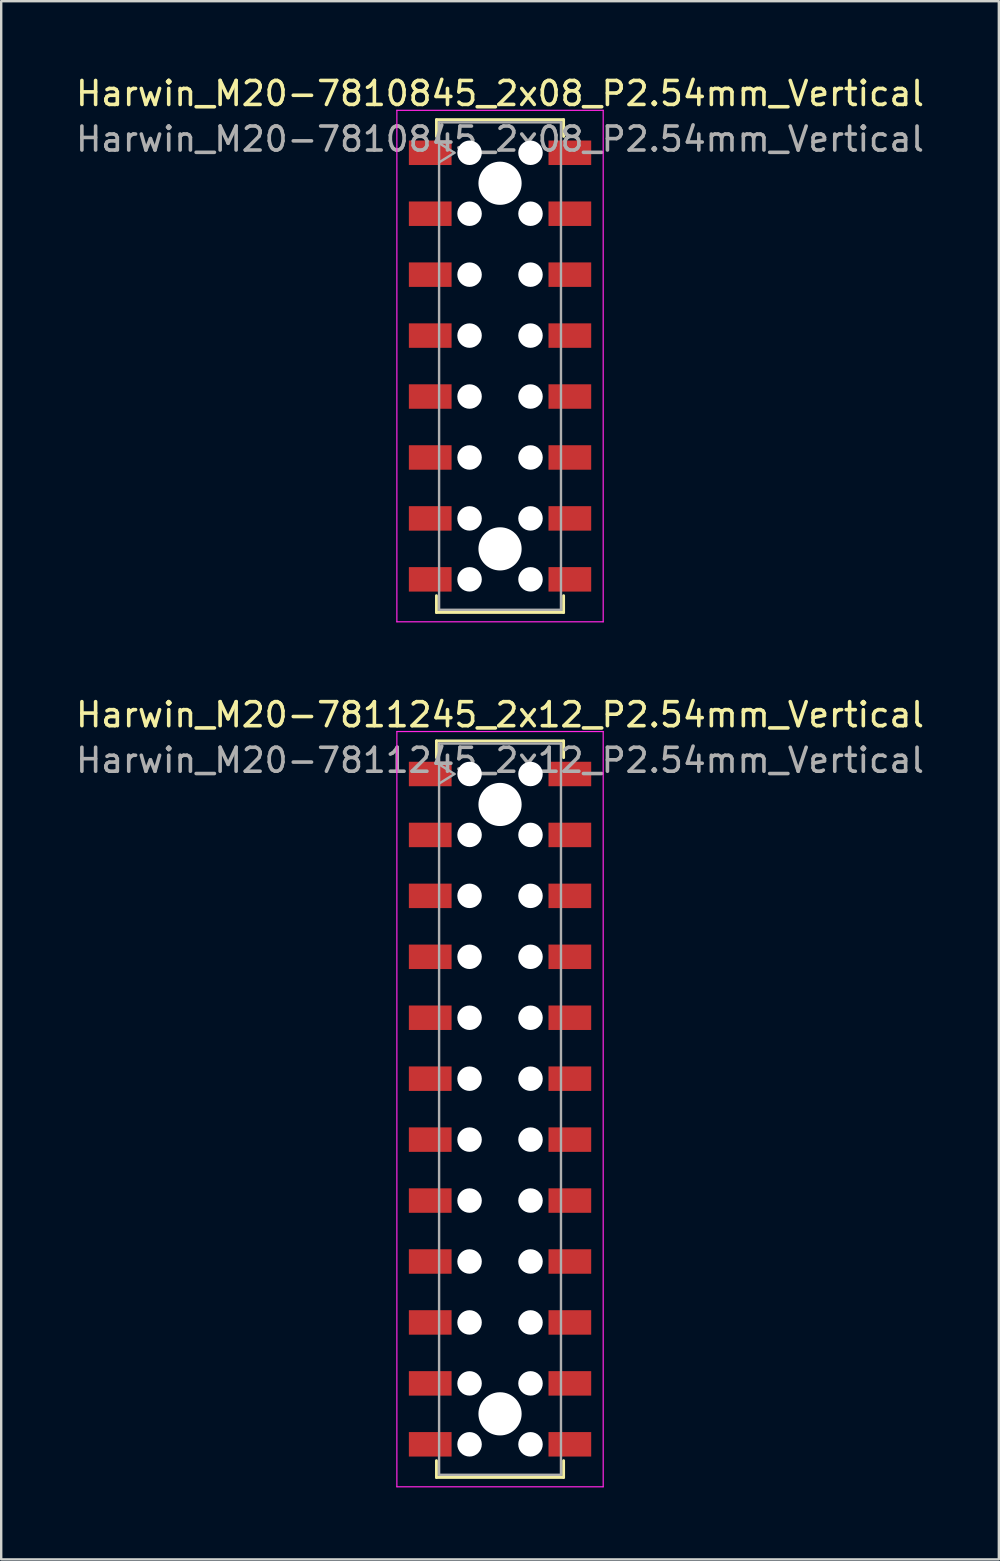
<source format=kicad_pcb>
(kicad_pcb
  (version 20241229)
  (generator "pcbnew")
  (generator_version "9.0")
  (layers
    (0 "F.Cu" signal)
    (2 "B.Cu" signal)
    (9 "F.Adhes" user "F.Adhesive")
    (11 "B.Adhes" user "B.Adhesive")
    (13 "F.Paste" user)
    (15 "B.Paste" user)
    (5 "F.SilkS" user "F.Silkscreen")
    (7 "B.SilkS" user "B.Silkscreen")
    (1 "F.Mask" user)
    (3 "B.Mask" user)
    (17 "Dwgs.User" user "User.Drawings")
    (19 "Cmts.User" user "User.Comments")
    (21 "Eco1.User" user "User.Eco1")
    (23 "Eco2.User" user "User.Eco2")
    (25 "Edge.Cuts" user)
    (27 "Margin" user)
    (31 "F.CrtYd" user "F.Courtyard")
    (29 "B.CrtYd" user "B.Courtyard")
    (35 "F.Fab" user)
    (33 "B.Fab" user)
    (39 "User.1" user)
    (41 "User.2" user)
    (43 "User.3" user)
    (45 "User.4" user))
  (footprint "Harwin_M20-7811245_2x12_P2.54mm_Vertical"
    (layer "F.Cu")
    (at 17.792 43.181)
    (property "Reference" "Harwin_M20-7811245_2x12_P2.54mm_Vertical" (at 0 -16.44 0) (layer "F.SilkS") (effects (font (size 1 1) (thickness 0.15))))
    (attr smd)
    (fp_line (start -2.65 -15.35) (end 2.65 -15.35) (stroke (width 0.12) (type solid)) (layer "F.SilkS"))
    (fp_line (start -2.65 -14.65) (end -2.65 -15.35) (stroke (width 0.12) (type solid)) (layer "F.SilkS"))
    (fp_line (start -2.65 14.65) (end -2.65 15.35) (stroke (width 0.12) (type solid)) (layer "F.SilkS"))
    (fp_line (start -2.65 15.35) (end 2.65 15.35) (stroke (width 0.12) (type solid)) (layer "F.SilkS"))
    (fp_line (start 2.65 -15.35) (end 2.65 -14.65) (stroke (width 0.12) (type solid)) (layer "F.SilkS"))
    (fp_line (start 2.65 15.35) (end 2.65 14.65) (stroke (width 0.12) (type solid)) (layer "F.SilkS"))
    (fp_line (start -4.3 -15.74) (end 4.3 -15.74) (stroke (width 0.05) (type solid)) (layer "F.CrtYd"))
    (fp_line (start -4.3 15.74) (end -4.3 -15.74) (stroke (width 0.05) (type solid)) (layer "F.CrtYd"))
    (fp_line (start 4.3 -15.74) (end 4.3 15.74) (stroke (width 0.05) (type solid)) (layer "F.CrtYd"))
    (fp_line (start 4.3 15.74) (end -4.3 15.74) (stroke (width 0.05) (type solid)) (layer "F.CrtYd"))
    (fp_line (start -2.54 -15.24) (end 2.54 -15.24) (stroke (width 0.1) (type solid)) (layer "F.Fab"))
    (fp_line (start -2.54 -14.37) (end -1.9 -13.97) (stroke (width 0.1) (type solid)) (layer "F.Fab"))
    (fp_line (start -2.54 15.24) (end -2.54 -15.24) (stroke (width 0.1) (type solid)) (layer "F.Fab"))
    (fp_line (start -1.9 -13.97) (end -2.54 -13.57) (stroke (width 0.1) (type solid)) (layer "F.Fab"))
    (fp_line (start 2.54 -15.24) (end 2.54 15.24) (stroke (width 0.1) (type solid)) (layer "F.Fab"))
    (fp_line (start 2.54 15.24) (end -2.54 15.24) (stroke (width 0.1) (type solid)) (layer "F.Fab"))
    (fp_text user "${REFERENCE}" (at 0 -14.54 0) (layer "F.Fab") (effects (font (size 1 1) (thickness 0.15))))
    (pad "" np_thru_hole circle (at -1.27 -13.97) (size 1.02 1.02) (drill 1.02) (layers "*.Cu" "*.Mask"))
    (pad "" np_thru_hole circle (at -1.27 -11.43) (size 1.02 1.02) (drill 1.02) (layers "*.Cu" "*.Mask"))
    (pad "" np_thru_hole circle (at -1.27 -8.89) (size 1.02 1.02) (drill 1.02) (layers "*.Cu" "*.Mask"))
    (pad "" np_thru_hole circle (at -1.27 -6.35) (size 1.02 1.02) (drill 1.02) (layers "*.Cu" "*.Mask"))
    (pad "" np_thru_hole circle (at -1.27 -3.81) (size 1.02 1.02) (drill 1.02) (layers "*.Cu" "*.Mask"))
    (pad "" np_thru_hole circle (at -1.27 -1.27) (size 1.02 1.02) (drill 1.02) (layers "*.Cu" "*.Mask"))
    (pad "" np_thru_hole circle (at -1.27 1.27) (size 1.02 1.02) (drill 1.02) (layers "*.Cu" "*.Mask"))
    (pad "" np_thru_hole circle (at -1.27 3.81) (size 1.02 1.02) (drill 1.02) (layers "*.Cu" "*.Mask"))
    (pad "" np_thru_hole circle (at -1.27 6.35) (size 1.02 1.02) (drill 1.02) (layers "*.Cu" "*.Mask"))
    (pad "" np_thru_hole circle (at -1.27 8.89) (size 1.02 1.02) (drill 1.02) (layers "*.Cu" "*.Mask"))
    (pad "" np_thru_hole circle (at -1.27 11.43) (size 1.02 1.02) (drill 1.02) (layers "*.Cu" "*.Mask"))
    (pad "" np_thru_hole circle (at -1.27 13.97) (size 1.02 1.02) (drill 1.02) (layers "*.Cu" "*.Mask"))
    (pad "" np_thru_hole circle (at 0 -12.7) (size 1.8 1.8) (drill 1.8) (layers "*.Cu" "*.Mask"))
    (pad "" np_thru_hole circle (at 0 12.7) (size 1.8 1.8) (drill 1.8) (layers "*.Cu" "*.Mask"))
    (pad "" np_thru_hole circle (at 1.27 -13.97) (size 1.02 1.02) (drill 1.02) (layers "*.Cu" "*.Mask"))
    (pad "" np_thru_hole circle (at 1.27 -11.43) (size 1.02 1.02) (drill 1.02) (layers "*.Cu" "*.Mask"))
    (pad "" np_thru_hole circle (at 1.27 -8.89) (size 1.02 1.02) (drill 1.02) (layers "*.Cu" "*.Mask"))
    (pad "" np_thru_hole circle (at 1.27 -6.35) (size 1.02 1.02) (drill 1.02) (layers "*.Cu" "*.Mask"))
    (pad "" np_thru_hole circle (at 1.27 -3.81) (size 1.02 1.02) (drill 1.02) (layers "*.Cu" "*.Mask"))
    (pad "" np_thru_hole circle (at 1.27 -1.27) (size 1.02 1.02) (drill 1.02) (layers "*.Cu" "*.Mask"))
    (pad "" np_thru_hole circle (at 1.27 1.27) (size 1.02 1.02) (drill 1.02) (layers "*.Cu" "*.Mask"))
    (pad "" np_thru_hole circle (at 1.27 3.81) (size 1.02 1.02) (drill 1.02) (layers "*.Cu" "*.Mask"))
    (pad "" np_thru_hole circle (at 1.27 6.35) (size 1.02 1.02) (drill 1.02) (layers "*.Cu" "*.Mask"))
    (pad "" np_thru_hole circle (at 1.27 8.89) (size 1.02 1.02) (drill 1.02) (layers "*.Cu" "*.Mask"))
    (pad "" np_thru_hole circle (at 1.27 11.43) (size 1.02 1.02) (drill 1.02) (layers "*.Cu" "*.Mask"))
    (pad "" np_thru_hole circle (at 1.27 13.97) (size 1.02 1.02) (drill 1.02) (layers "*.Cu" "*.Mask"))
    (pad "1" smd rect (at -2.91 -13.97) (size 1.78 1.02) (layers "F.Cu" "F.Mask" "F.Paste"))
    (pad "2" smd rect (at -2.91 -11.43) (size 1.78 1.02) (layers "F.Cu" "F.Mask" "F.Paste"))
    (pad "3" smd rect (at -2.91 -8.89) (size 1.78 1.02) (layers "F.Cu" "F.Mask" "F.Paste"))
    (pad "4" smd rect (at -2.91 -6.35) (size 1.78 1.02) (layers "F.Cu" "F.Mask" "F.Paste"))
    (pad "5" smd rect (at -2.91 -3.81) (size 1.78 1.02) (layers "F.Cu" "F.Mask" "F.Paste"))
    (pad "6" smd rect (at -2.91 -1.27) (size 1.78 1.02) (layers "F.Cu" "F.Mask" "F.Paste"))
    (pad "7" smd rect (at -2.91 1.27) (size 1.78 1.02) (layers "F.Cu" "F.Mask" "F.Paste"))
    (pad "8" smd rect (at -2.91 3.81) (size 1.78 1.02) (layers "F.Cu" "F.Mask" "F.Paste"))
    (pad "9" smd rect (at -2.91 6.35) (size 1.78 1.02) (layers "F.Cu" "F.Mask" "F.Paste"))
    (pad "10" smd rect (at -2.91 8.89) (size 1.78 1.02) (layers "F.Cu" "F.Mask" "F.Paste"))
    (pad "11" smd rect (at -2.91 11.43) (size 1.78 1.02) (layers "F.Cu" "F.Mask" "F.Paste"))
    (pad "12" smd rect (at -2.91 13.97) (size 1.78 1.02) (layers "F.Cu" "F.Mask" "F.Paste"))
    (pad "13" smd rect (at 2.91 -13.97) (size 1.78 1.02) (layers "F.Cu" "F.Mask" "F.Paste"))
    (pad "14" smd rect (at 2.91 -11.43) (size 1.78 1.02) (layers "F.Cu" "F.Mask" "F.Paste"))
    (pad "15" smd rect (at 2.91 -8.89) (size 1.78 1.02) (layers "F.Cu" "F.Mask" "F.Paste"))
    (pad "16" smd rect (at 2.91 -6.35) (size 1.78 1.02) (layers "F.Cu" "F.Mask" "F.Paste"))
    (pad "17" smd rect (at 2.91 -3.81) (size 1.78 1.02) (layers "F.Cu" "F.Mask" "F.Paste"))
    (pad "18" smd rect (at 2.91 -1.27) (size 1.78 1.02) (layers "F.Cu" "F.Mask" "F.Paste"))
    (pad "19" smd rect (at 2.91 1.27) (size 1.78 1.02) (layers "F.Cu" "F.Mask" "F.Paste"))
    (pad "20" smd rect (at 2.91 3.81) (size 1.78 1.02) (layers "F.Cu" "F.Mask" "F.Paste"))
    (pad "21" smd rect (at 2.91 6.35) (size 1.78 1.02) (layers "F.Cu" "F.Mask" "F.Paste"))
    (pad "22" smd rect (at 2.91 8.89) (size 1.78 1.02) (layers "F.Cu" "F.Mask" "F.Paste"))
    (pad "23" smd rect (at 2.91 11.43) (size 1.78 1.02) (layers "F.Cu" "F.Mask" "F.Paste"))
    (pad "24" smd rect (at 2.91 13.97) (size 1.78 1.02) (layers "F.Cu" "F.Mask" "F.Paste")))
  (footprint "Harwin_M20-7810845_2x08_P2.54mm_Vertical"
    (layer "F.Cu")
    (at 17.792 12.208)
    (property "Reference" "Harwin_M20-7810845_2x08_P2.54mm_Vertical" (at 0 -11.36 0) (layer "F.SilkS") (effects (font (size 1 1) (thickness 0.15))))
    (attr smd)
    (fp_line (start -2.65 -10.27) (end 2.65 -10.27) (stroke (width 0.12) (type solid)) (layer "F.SilkS"))
    (fp_line (start -2.65 -9.57) (end -2.65 -10.27) (stroke (width 0.12) (type solid)) (layer "F.SilkS"))
    (fp_line (start -2.65 9.57) (end -2.65 10.27) (stroke (width 0.12) (type solid)) (layer "F.SilkS"))
    (fp_line (start -2.65 10.27) (end 2.65 10.27) (stroke (width 0.12) (type solid)) (layer "F.SilkS"))
    (fp_line (start 2.65 -10.27) (end 2.65 -9.57) (stroke (width 0.12) (type solid)) (layer "F.SilkS"))
    (fp_line (start 2.65 10.27) (end 2.65 9.57) (stroke (width 0.12) (type solid)) (layer "F.SilkS"))
    (fp_line (start -4.3 -10.66) (end 4.3 -10.66) (stroke (width 0.05) (type solid)) (layer "F.CrtYd"))
    (fp_line (start -4.3 10.66) (end -4.3 -10.66) (stroke (width 0.05) (type solid)) (layer "F.CrtYd"))
    (fp_line (start 4.3 -10.66) (end 4.3 10.66) (stroke (width 0.05) (type solid)) (layer "F.CrtYd"))
    (fp_line (start 4.3 10.66) (end -4.3 10.66) (stroke (width 0.05) (type solid)) (layer "F.CrtYd"))
    (fp_line (start -2.54 -10.16) (end 2.54 -10.16) (stroke (width 0.1) (type solid)) (layer "F.Fab"))
    (fp_line (start -2.54 -9.29) (end -1.9 -8.89) (stroke (width 0.1) (type solid)) (layer "F.Fab"))
    (fp_line (start -2.54 10.16) (end -2.54 -10.16) (stroke (width 0.1) (type solid)) (layer "F.Fab"))
    (fp_line (start -1.9 -8.89) (end -2.54 -8.49) (stroke (width 0.1) (type solid)) (layer "F.Fab"))
    (fp_line (start 2.54 -10.16) (end 2.54 10.16) (stroke (width 0.1) (type solid)) (layer "F.Fab"))
    (fp_line (start 2.54 10.16) (end -2.54 10.16) (stroke (width 0.1) (type solid)) (layer "F.Fab"))
    (fp_text user "${REFERENCE}" (at 0 -9.46 0) (layer "F.Fab") (effects (font (size 1 1) (thickness 0.15))))
    (pad "" np_thru_hole circle (at -1.27 -8.89) (size 1.02 1.02) (drill 1.02) (layers "*.Cu" "*.Mask"))
    (pad "" np_thru_hole circle (at -1.27 -6.35) (size 1.02 1.02) (drill 1.02) (layers "*.Cu" "*.Mask"))
    (pad "" np_thru_hole circle (at -1.27 -3.81) (size 1.02 1.02) (drill 1.02) (layers "*.Cu" "*.Mask"))
    (pad "" np_thru_hole circle (at -1.27 -1.27) (size 1.02 1.02) (drill 1.02) (layers "*.Cu" "*.Mask"))
    (pad "" np_thru_hole circle (at -1.27 1.27) (size 1.02 1.02) (drill 1.02) (layers "*.Cu" "*.Mask"))
    (pad "" np_thru_hole circle (at -1.27 3.81) (size 1.02 1.02) (drill 1.02) (layers "*.Cu" "*.Mask"))
    (pad "" np_thru_hole circle (at -1.27 6.35) (size 1.02 1.02) (drill 1.02) (layers "*.Cu" "*.Mask"))
    (pad "" np_thru_hole circle (at -1.27 8.89) (size 1.02 1.02) (drill 1.02) (layers "*.Cu" "*.Mask"))
    (pad "" np_thru_hole circle (at 0 -7.62) (size 1.8 1.8) (drill 1.8) (layers "*.Cu" "*.Mask"))
    (pad "" np_thru_hole circle (at 0 7.62) (size 1.8 1.8) (drill 1.8) (layers "*.Cu" "*.Mask"))
    (pad "" np_thru_hole circle (at 1.27 -8.89) (size 1.02 1.02) (drill 1.02) (layers "*.Cu" "*.Mask"))
    (pad "" np_thru_hole circle (at 1.27 -6.35) (size 1.02 1.02) (drill 1.02) (layers "*.Cu" "*.Mask"))
    (pad "" np_thru_hole circle (at 1.27 -3.81) (size 1.02 1.02) (drill 1.02) (layers "*.Cu" "*.Mask"))
    (pad "" np_thru_hole circle (at 1.27 -1.27) (size 1.02 1.02) (drill 1.02) (layers "*.Cu" "*.Mask"))
    (pad "" np_thru_hole circle (at 1.27 1.27) (size 1.02 1.02) (drill 1.02) (layers "*.Cu" "*.Mask"))
    (pad "" np_thru_hole circle (at 1.27 3.81) (size 1.02 1.02) (drill 1.02) (layers "*.Cu" "*.Mask"))
    (pad "" np_thru_hole circle (at 1.27 6.35) (size 1.02 1.02) (drill 1.02) (layers "*.Cu" "*.Mask"))
    (pad "" np_thru_hole circle (at 1.27 8.89) (size 1.02 1.02) (drill 1.02) (layers "*.Cu" "*.Mask"))
    (pad "1" smd rect (at -2.91 -8.89) (size 1.78 1.02) (layers "F.Cu" "F.Mask" "F.Paste"))
    (pad "2" smd rect (at -2.91 -6.35) (size 1.78 1.02) (layers "F.Cu" "F.Mask" "F.Paste"))
    (pad "3" smd rect (at -2.91 -3.81) (size 1.78 1.02) (layers "F.Cu" "F.Mask" "F.Paste"))
    (pad "4" smd rect (at -2.91 -1.27) (size 1.78 1.02) (layers "F.Cu" "F.Mask" "F.Paste"))
    (pad "5" smd rect (at -2.91 1.27) (size 1.78 1.02) (layers "F.Cu" "F.Mask" "F.Paste"))
    (pad "6" smd rect (at -2.91 3.81) (size 1.78 1.02) (layers "F.Cu" "F.Mask" "F.Paste"))
    (pad "7" smd rect (at -2.91 6.35) (size 1.78 1.02) (layers "F.Cu" "F.Mask" "F.Paste"))
    (pad "8" smd rect (at -2.91 8.89) (size 1.78 1.02) (layers "F.Cu" "F.Mask" "F.Paste"))
    (pad "9" smd rect (at 2.91 -8.89) (size 1.78 1.02) (layers "F.Cu" "F.Mask" "F.Paste"))
    (pad "10" smd rect (at 2.91 -6.35) (size 1.78 1.02) (layers "F.Cu" "F.Mask" "F.Paste"))
    (pad "11" smd rect (at 2.91 -3.81) (size 1.78 1.02) (layers "F.Cu" "F.Mask" "F.Paste"))
    (pad "12" smd rect (at 2.91 -1.27) (size 1.78 1.02) (layers "F.Cu" "F.Mask" "F.Paste"))
    (pad "13" smd rect (at 2.91 1.27) (size 1.78 1.02) (layers "F.Cu" "F.Mask" "F.Paste"))
    (pad "14" smd rect (at 2.91 3.81) (size 1.78 1.02) (layers "F.Cu" "F.Mask" "F.Paste"))
    (pad "15" smd rect (at 2.91 6.35) (size 1.78 1.02) (layers "F.Cu" "F.Mask" "F.Paste"))
    (pad "16" smd rect (at 2.91 8.89) (size 1.78 1.02) (layers "F.Cu" "F.Mask" "F.Paste")))
  (gr_rect
    (start -3 -3)
    (end 38.583 61.947)
    (stroke (width 0.1) (type default))
    (fill no)
    (layer "Edge.Cuts")))
</source>
